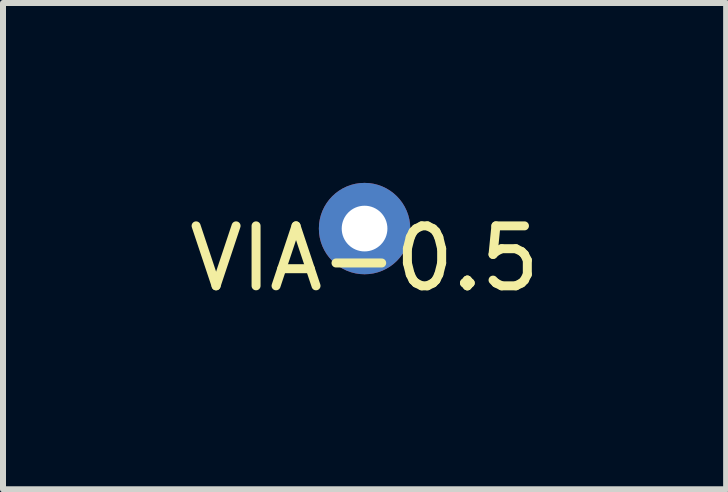
<source format=kicad_pcb>
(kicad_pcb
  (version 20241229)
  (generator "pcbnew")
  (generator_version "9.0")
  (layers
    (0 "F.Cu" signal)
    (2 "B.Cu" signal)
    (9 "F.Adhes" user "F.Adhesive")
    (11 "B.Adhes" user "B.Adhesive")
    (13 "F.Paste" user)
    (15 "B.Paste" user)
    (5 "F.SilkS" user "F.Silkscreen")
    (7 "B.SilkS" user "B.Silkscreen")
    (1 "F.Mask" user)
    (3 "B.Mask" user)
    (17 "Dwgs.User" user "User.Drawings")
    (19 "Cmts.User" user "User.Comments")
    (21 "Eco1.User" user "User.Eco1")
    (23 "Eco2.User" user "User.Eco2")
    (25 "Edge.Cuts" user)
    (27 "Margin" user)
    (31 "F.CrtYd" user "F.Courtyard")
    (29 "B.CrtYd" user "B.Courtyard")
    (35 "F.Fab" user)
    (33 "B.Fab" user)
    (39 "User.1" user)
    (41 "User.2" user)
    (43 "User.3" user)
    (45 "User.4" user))
  (footprint "VIA-0.5"
    (layer "F.Cu")
    (at 3.03 0.762)
    (property "Reference" "VIA-0.5" (at 0 0.5 0) (layer "F.SilkS") (effects (font (size 1 1) (thickness 0.15))))
    (attr through_hole)
    (pad "1" thru_hole circle (at 0 0) (size 1.524 1.524) (drill 0.762) (layers "*.Cu" "*.Mask")))
  (gr_rect
    (start -3 -3)
    (end 9.06 5.11)
    (stroke (width 0.1) (type default))
    (fill no)
    (layer "Edge.Cuts")))
</source>
